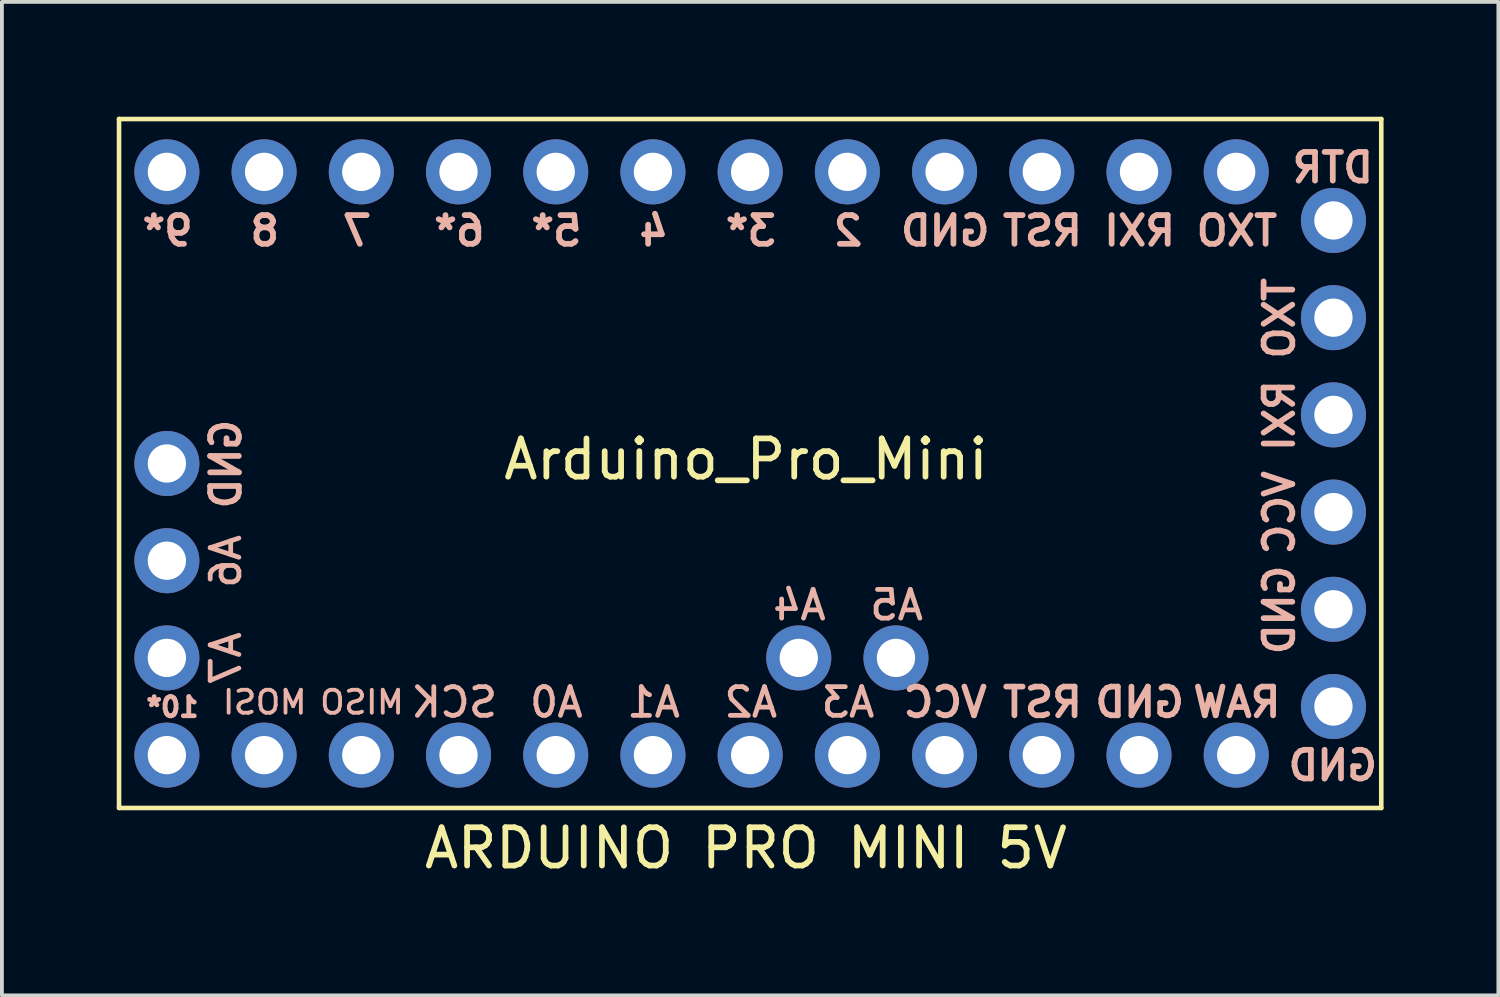
<source format=kicad_pcb>
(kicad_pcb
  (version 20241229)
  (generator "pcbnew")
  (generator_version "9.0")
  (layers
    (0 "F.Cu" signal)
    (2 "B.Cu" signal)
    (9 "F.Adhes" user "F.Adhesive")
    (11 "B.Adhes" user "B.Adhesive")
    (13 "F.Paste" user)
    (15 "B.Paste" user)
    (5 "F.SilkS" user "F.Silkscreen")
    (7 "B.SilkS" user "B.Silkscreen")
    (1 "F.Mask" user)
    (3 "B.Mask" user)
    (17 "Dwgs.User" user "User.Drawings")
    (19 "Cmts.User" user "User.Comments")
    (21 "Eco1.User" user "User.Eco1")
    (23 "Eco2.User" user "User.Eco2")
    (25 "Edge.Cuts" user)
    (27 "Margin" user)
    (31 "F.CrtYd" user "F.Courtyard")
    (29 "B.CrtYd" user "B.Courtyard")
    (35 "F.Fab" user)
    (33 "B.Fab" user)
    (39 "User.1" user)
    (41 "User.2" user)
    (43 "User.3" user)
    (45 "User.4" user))
  (footprint "Arduino_Pro_Mini"
    (layer "F.Cu")
    (at 1.31 16.68)
    (property "Reference" "Arduino_Pro_Mini" (at 15.13 -7.73 0) (layer "F.SilkS") (effects (font (size 1 1) (thickness 0.15))))
    (attr through_hole)
    (fp_line (start -1.25 -16.62) (end 31.73 -16.62) (stroke (width 0.12) (type solid)) (layer "F.SilkS"))
    (fp_line (start -1.25 1.38) (end -1.25 -16.62) (stroke (width 0.12) (type solid)) (layer "F.SilkS"))
    (fp_line (start 31.73 -16.62) (end 31.73 1.38) (stroke (width 0.12) (type solid)) (layer "F.SilkS"))
    (fp_line (start 31.73 1.38) (end -1.25 1.38) (stroke (width 0.12) (type solid)) (layer "F.SilkS"))
    (fp_text user "ARDUINO PRO MINI 5V" (at 15.13 2.43 0) (layer "F.SilkS") (effects (font (size 1 1) (thickness 0.15))))
    (fp_text user "5*" (at 10.177 -13.699 0) (layer "B.SilkS") (effects (font (size 0.75 0.75) (thickness 0.15)) (justify mirror)))
    (fp_text user "A1" (at 12.717 -1.38 180) (layer "B.SilkS") (effects (font (size 0.75 0.75) (thickness 0.125)) (justify mirror)))
    (fp_text user "A2" (at 15.257 -1.38 180) (layer "B.SilkS") (effects (font (size 0.75 0.75) (thickness 0.125)) (justify mirror)))
    (fp_text user "GND" (at 1.541 -7.603 90) (layer "B.SilkS") (effects (font (size 0.75 0.75) (thickness 0.15)) (justify mirror)))
    (fp_text user "GND" (at 20.337 -13.699 0) (layer "B.SilkS") (effects (font (size 0.75 0.75) (thickness 0.15)) (justify mirror)))
    (fp_text user "3*" (at 15.257 -13.699 0) (layer "B.SilkS") (effects (font (size 0.75 0.75) (thickness 0.15)) (justify mirror)))
    (fp_text user "GND" (at 30.463 0.271 0) (layer "B.SilkS") (effects (font (size 0.75 0.75) (thickness 0.15)) (justify mirror)))
    (fp_text user "TXO" (at 29.066 -11.413 90) (layer "B.SilkS") (effects (font (size 0.75 0.75) (thickness 0.15)) (justify mirror)))
    (fp_text user "MOSI" (at 2.557 -1.38 180) (layer "B.SilkS") (effects (font (size 0.6 0.6) (thickness 0.1)) (justify mirror)))
    (fp_text user "9*" (at 0.017 -13.699 0) (layer "B.SilkS") (effects (font (size 0.75 0.75) (thickness 0.15)) (justify mirror)))
    (fp_text user "DTR" (at 30.463 -15.35 0) (layer "B.SilkS") (effects (font (size 0.75 0.75) (thickness 0.15)) (justify mirror)))
    (fp_text user "RXI" (at 29.066 -8.873 90) (layer "B.SilkS") (effects (font (size 0.75 0.75) (thickness 0.15)) (justify mirror)))
    (fp_text user "RXI" (at 25.417 -13.699 0) (layer "B.SilkS") (effects (font (size 0.75 0.75) (thickness 0.15)) (justify mirror)))
    (fp_text user "A4" (at 16.527 -3.92 0) (layer "B.SilkS") (effects (font (size 0.75 0.75) (thickness 0.125)) (justify mirror)))
    (fp_text user "A3" (at 17.797 -1.38 0) (layer "B.SilkS") (effects (font (size 0.75 0.75) (thickness 0.125)) (justify mirror)))
    (fp_text user "RST" (at 22.877 -13.699 0) (layer "B.SilkS") (effects (font (size 0.75 0.75) (thickness 0.15)) (justify mirror)))
    (fp_text user "VCC" (at 29.066 -6.333 90) (layer "B.SilkS") (effects (font (size 0.75 0.75) (thickness 0.15)) (justify mirror)))
    (fp_text user "RST" (at 22.877 -1.38 0) (layer "B.SilkS") (effects (font (size 0.75 0.75) (thickness 0.15)) (justify mirror)))
    (fp_text user "VCC" (at 20.337 -1.38 0) (layer "B.SilkS") (effects (font (size 0.75 0.75) (thickness 0.15)) (justify mirror)))
    (fp_text user "A5" (at 19.067 -3.92 0) (layer "B.SilkS") (effects (font (size 0.75 0.75) (thickness 0.125)) (justify mirror)))
    (fp_text user "GND" (at 29.066 -3.793 270) (layer "B.SilkS") (effects (font (size 0.75 0.75) (thickness 0.15)) (justify mirror)))
    (fp_text user "GND" (at 25.417 -1.38 0) (layer "B.SilkS") (effects (font (size 0.75 0.75) (thickness 0.15)) (justify mirror)))
    (fp_text user "4" (at 12.717 -13.699 0) (layer "B.SilkS") (effects (font (size 0.75 0.75) (thickness 0.15)) (justify mirror)))
    (fp_text user "RAW" (at 27.957 -1.38 0) (layer "B.SilkS") (effects (font (size 0.75 0.75) (thickness 0.15)) (justify mirror)))
    (fp_text user "10*" (at 0.144 -1.253 0) (layer "B.SilkS") (effects (font (size 0.5 0.5) (thickness 0.125)) (justify mirror)))
    (fp_text user "MISO" (at 5.097 -1.38 180) (layer "B.SilkS") (effects (font (size 0.6 0.6) (thickness 0.1)) (justify mirror)))
    (fp_text user "8" (at 2.557 -13.699 0) (layer "B.SilkS") (effects (font (size 0.75 0.75) (thickness 0.15)) (justify mirror)))
    (fp_text user "A7" (at 1.541 -2.523 90) (layer "B.SilkS") (effects (font (size 0.75 0.75) (thickness 0.125)) (justify mirror)))
    (fp_text user "SCK" (at 7.51 -1.38 180) (layer "B.SilkS") (effects (font (size 0.75 0.75) (thickness 0.125)) (justify mirror)))
    (fp_text user "6*" (at 7.637 -13.699 0) (layer "B.SilkS") (effects (font (size 0.75 0.75) (thickness 0.15)) (justify mirror)))
    (fp_text user "TXO" (at 27.957 -13.699 0) (layer "B.SilkS") (effects (font (size 0.75 0.75) (thickness 0.15)) (justify mirror)))
    (fp_text user "2" (at 17.797 -13.699 0) (layer "B.SilkS") (effects (font (size 0.75 0.75) (thickness 0.15)) (justify mirror)))
    (fp_text user "A6" (at 1.541 -5.063 90) (layer "B.SilkS") (effects (font (size 0.75 0.75) (thickness 0.125)) (justify mirror)))
    (fp_text user "7" (at 4.97 -13.699 0) (layer "B.SilkS") (effects (font (size 0.75 0.75) (thickness 0.15)) (justify mirror)))
    (fp_text user "A0" (at 10.177 -1.38 0) (layer "B.SilkS") (effects (font (size 0.75 0.75) (thickness 0.125)) (justify mirror)))
    (pad "1" thru_hole circle (at 15.24 -15.24 180) (size 1.7 1.7) (drill 1) (layers "*.Cu" "*.Mask"))
    (pad "2" thru_hole circle (at 12.7 -15.24 180) (size 1.7 1.7) (drill 1) (layers "*.Cu" "*.Mask"))
    (pad "3" thru_hole circle (at 25.4 0 180) (size 1.7 1.7) (drill 1) (layers "*.Cu" "*.Mask"))
    (pad "3" thru_hole circle (at 30.48 -3.81 90) (size 1.7 1.7) (drill 1) (layers "*.Cu" "*.Mask"))
    (pad "3" thru_hole circle (at 30.48 -1.27 90) (size 1.7 1.7) (drill 1) (layers "*.Cu" "*.Mask"))
    (pad "4" thru_hole circle (at 20.32 0 180) (size 1.7 1.7) (drill 1) (layers "*.Cu" "*.Mask"))
    (pad "5" thru_hole circle (at 20.32 -15.24 180) (size 1.7 1.7) (drill 1) (layers "*.Cu" "*.Mask"))
    (pad "6" thru_hole circle (at 30.48 -6.35 90) (size 1.7 1.7) (drill 1) (layers "*.Cu" "*.Mask"))
    (pad "9" thru_hole circle (at 10.16 -15.24 180) (size 1.7 1.7) (drill 1) (layers "*.Cu" "*.Mask"))
    (pad "10" thru_hole circle (at 7.62 -15.24 180) (size 1.7 1.7) (drill 1) (layers "*.Cu" "*.Mask"))
    (pad "11" thru_hole circle (at 5.08 -15.24 180) (size 1.7 1.7) (drill 1) (layers "*.Cu" "*.Mask"))
    (pad "12" thru_hole circle (at 2.54 -15.24 180) (size 1.7 1.7) (drill 1) (layers "*.Cu" "*.Mask"))
    (pad "13" thru_hole circle (at 0 -15.24 180) (size 1.7 1.7) (drill 1) (layers "*.Cu" "*.Mask"))
    (pad "14" thru_hole circle (at 0 0 180) (size 1.7 1.7) (drill 1) (layers "*.Cu" "*.Mask"))
    (pad "15" thru_hole circle (at 2.54 0 180) (size 1.7 1.7) (drill 1) (layers "*.Cu" "*.Mask"))
    (pad "16" thru_hole circle (at 5.08 0 180) (size 1.7 1.7) (drill 1) (layers "*.Cu" "*.Mask"))
    (pad "17" thru_hole circle (at 7.62 0 180) (size 1.7 1.7) (drill 1) (layers "*.Cu" "*.Mask"))
    (pad "18" thru_hole circle (at 27.94 0 180) (size 1.7 1.7) (drill 1) (layers "*.Cu" "*.Mask"))
    (pad "19" thru_hole circle (at 0 -5.08 270) (size 1.7 1.7) (drill 1) (layers "*.Cu" "*.Mask"))
    (pad "20" thru_hole circle (at 30.48 -13.97 90) (size 1.7 1.7) (drill 1) (layers "*.Cu" "*.Mask"))
    (pad "21" thru_hole circle (at 0 -7.62 270) (size 1.7 1.7) (drill 1) (layers "*.Cu" "*.Mask"))
    (pad "22" thru_hole circle (at 0 -2.54 270) (size 1.7 1.7) (drill 1) (layers "*.Cu" "*.Mask"))
    (pad "23" thru_hole circle (at 10.16 0 180) (size 1.7 1.7) (drill 1) (layers "*.Cu" "*.Mask"))
    (pad "24" thru_hole circle (at 12.7 0 180) (size 1.7 1.7) (drill 1) (layers "*.Cu" "*.Mask"))
    (pad "25" thru_hole circle (at 15.24 0 180) (size 1.7 1.7) (drill 1) (layers "*.Cu" "*.Mask"))
    (pad "26" thru_hole circle (at 17.78 0 180) (size 1.7 1.7) (drill 1) (layers "*.Cu" "*.Mask"))
    (pad "27" thru_hole circle (at 16.51 -2.54 180) (size 1.7 1.7) (drill 1) (layers "*.Cu" "*.Mask"))
    (pad "28" thru_hole circle (at 19.05 -2.54 180) (size 1.7 1.7) (drill 1) (layers "*.Cu" "*.Mask"))
    (pad "29" thru_hole circle (at 22.86 -15.24 180) (size 1.7 1.7) (drill 1) (layers "*.Cu" "*.Mask"))
    (pad "29" thru_hole circle (at 22.86 0 180) (size 1.7 1.7) (drill 1) (layers "*.Cu" "*.Mask"))
    (pad "30" thru_hole circle (at 25.4 -15.24 180) (size 1.7 1.7) (drill 1) (layers "*.Cu" "*.Mask"))
    (pad "30" thru_hole circle (at 30.48 -8.89 90) (size 1.7 1.7) (drill 1) (layers "*.Cu" "*.Mask"))
    (pad "31" thru_hole circle (at 27.94 -15.24 180) (size 1.7 1.7) (drill 1) (layers "*.Cu" "*.Mask"))
    (pad "31" thru_hole circle (at 30.48 -11.43 90) (size 1.7 1.7) (drill 1) (layers "*.Cu" "*.Mask"))
    (pad "32" thru_hole circle (at 17.78 -15.24 180) (size 1.7 1.7) (drill 1) (layers "*.Cu" "*.Mask")))
  (gr_rect
    (start -3 -3)
    (end 36.1 22.958)
    (stroke (width 0.1) (type default))
    (fill no)
    (layer "Edge.Cuts")))
</source>
